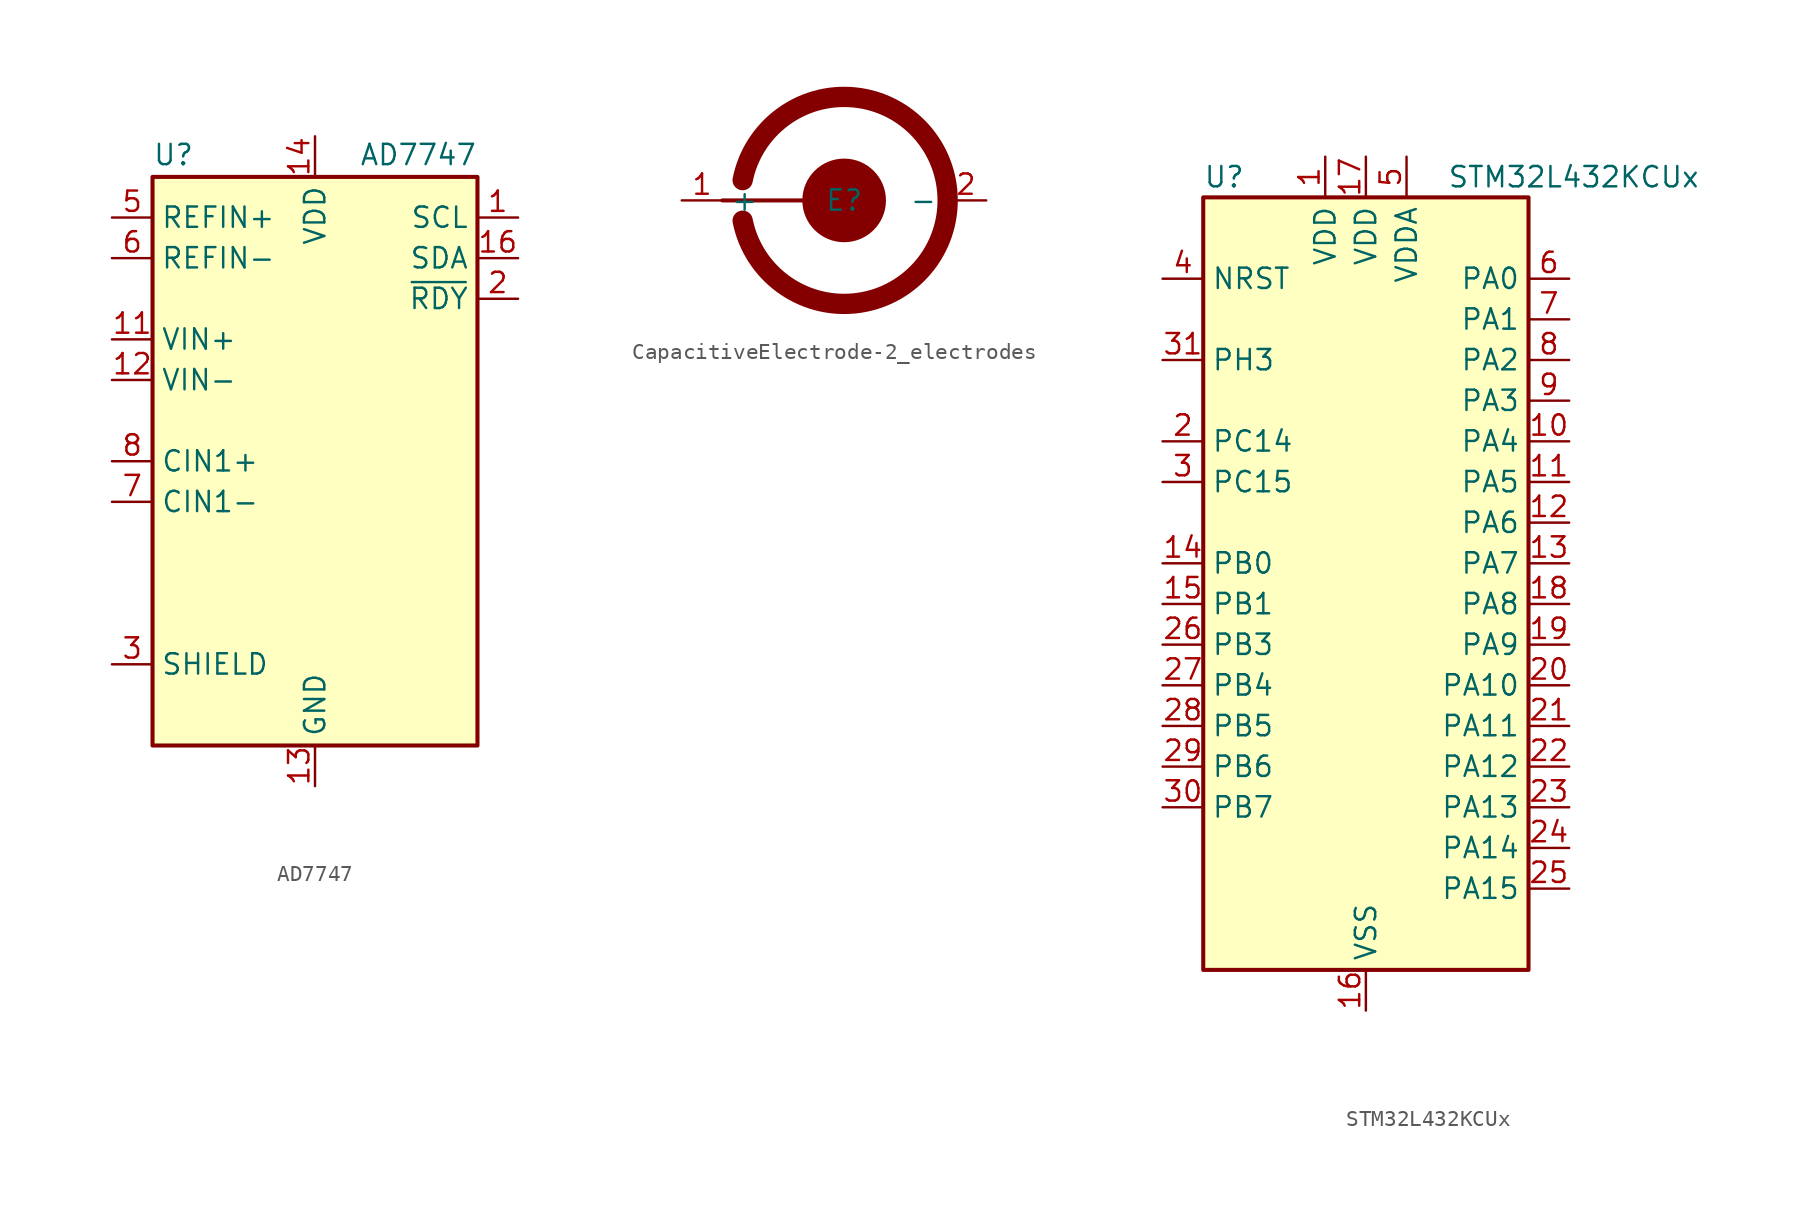
<source format=kicad_sym>
(kicad_symbol_lib
  (version 20241209)
  (generator "kicad_symbol_editor")
  (generator_version "9.0")
  (symbol "AD7747"
    (property "Reference" "U"
      (at -10.16 18.415 0)
      (effects (font (size 1.27 1.27)) (justify left bottom)))
    (property "Value" "AD7747"
      (at 10.16 18.415 0)
      (effects (font (size 1.27 1.27)) (justify right bottom)))
    (symbol "AD7747_0_1"
      (rectangle (start -10.16 17.78) (end 10.16 -17.78) (stroke (width 0.254) (type default)) (fill (type background))))
    (symbol "AD7747_1_0"
      (pin no_connect line (at 10.16 -5.08 180) (length 2.54) (hide yes) (name "NC" (effects (font (size 1.27 1.27)))) (number "4" (effects (font (size 1.27 1.27))))))
    (symbol "AD7747_1_1"
      (pin input line (at -12.7 15.24 0) (length 2.54) (name "REFIN+" (effects (font (size 1.27 1.27)))) (number "5" (effects (font (size 1.27 1.27)))))
      (pin input line (at -12.7 12.7 0) (length 2.54) (name "REFIN-" (effects (font (size 1.27 1.27)))) (number "6" (effects (font (size 1.27 1.27)))))
      (pin input line (at -12.7 7.62 0) (length 2.54) (name "VIN+" (effects (font (size 1.27 1.27)))) (number "11" (effects (font (size 1.27 1.27)))))
      (pin input line (at -12.7 5.08 0) (length 2.54) (name "VIN-" (effects (font (size 1.27 1.27)))) (number "12" (effects (font (size 1.27 1.27)))))
      (pin passive line (at -12.7 0 0) (length 2.54) (name "CIN1+" (effects (font (size 1.27 1.27)))) (number "8" (effects (font (size 1.27 1.27)))))
      (pin passive line (at -12.7 -2.54 0) (length 2.54) (name "CIN1-" (effects (font (size 1.27 1.27)))) (number "7" (effects (font (size 1.27 1.27)))))
      (pin output line (at -12.7 -12.7 0) (length 2.54) (name "SHIELD" (effects (font (size 1.27 1.27)))) (number "3" (effects (font (size 1.27 1.27)))))
      (pin no_connect line (at -10.16 -5.08 0) (length 2.54) (hide yes) (name "NC" (effects (font (size 1.27 1.27)))) (number "9" (effects (font (size 1.27 1.27)))))
      (pin no_connect line (at -10.16 -7.62 0) (length 2.54) (hide yes) (name "NC" (effects (font (size 1.27 1.27)))) (number "10" (effects (font (size 1.27 1.27)))))
      (pin power_in line (at 0 20.32 270) (length 2.54) (name "VDD" (effects (font (size 1.27 1.27)))) (number "14" (effects (font (size 1.27 1.27)))))
      (pin power_in line (at 0 -20.32 90) (length 2.54) (name "GND" (effects (font (size 1.27 1.27)))) (number "13" (effects (font (size 1.27 1.27)))))
      (pin no_connect line (at 10.16 -15.24 180) (length 2.54) (hide yes) (name "NC" (effects (font (size 1.27 1.27)))) (number "15" (effects (font (size 1.27 1.27)))))
      (pin input line (at 12.7 15.24 180) (length 2.54) (name "SCL" (effects (font (size 1.27 1.27)))) (number "1" (effects (font (size 1.27 1.27)))))
      (pin bidirectional line (at 12.7 12.7 180) (length 2.54) (name "SDA" (effects (font (size 1.27 1.27)))) (number "16" (effects (font (size 1.27 1.27)))))
      (pin output line (at 12.7 10.16 180) (length 2.54) (name "~{RDY}" (effects (font (size 1.27 1.27)))) (number "2" (effects (font (size 1.27 1.27)))))))
  (symbol "CapacitiveElectrode-2_electrodes"
    (property "Reference" "E"
      (at 0 0 0)
      (effects (font (size 1.27 1.27))))
    (property "Value" ""
      (at 0 0 0)
      (effects (font (size 1.27 1.27))))
    (symbol "CapacitiveElectrode-2_electrodes_1_1"
      (polyline (pts (xy -7.62 0) (xy -2.54 0)) (stroke (width 0.254) (type solid)) (fill (type none)))
      (arc (start -6.35 1.27) (mid 6.4758 0) (end -6.35 -1.27) (stroke (width 1.27) (type solid)) (fill (type none)))
      (circle (center 0 0) (radius 2.54) (stroke (width 0) (type solid)) (fill (type outline)))
      (pin input line (at -10.16 0 0) (length 2.54) (name "+" (effects (font (size 1.27 1.27)))) (number "1" (effects (font (size 1.27 1.27)))))
      (pin input line (at 8.89 0 180) (length 2.54) (name "-" (effects (font (size 1.27 1.27)))) (number "2" (effects (font (size 1.27 1.27)))))))
  (symbol "STM32L432KCUx"
    (property "Reference" "U"
      (at -10.16 26.67 0)
      (effects (font (size 1.27 1.27)) (justify left)))
    (property "Value" "STM32L432KCUx"
      (at 5.08 26.67 0)
      (effects (font (size 1.27 1.27)) (justify left)))
    (symbol "STM32L432KCUx_0_1"
      (rectangle (start -10.16 -22.86) (end 10.16 25.4) (stroke (width 0.254) (type default)) (fill (type background))))
    (symbol "STM32L432KCUx_1_1"
      (pin input line (at -12.7 20.32 0) (length 2.54) (name "NRST" (effects (font (size 1.27 1.27)))) (number "4" (effects (font (size 1.27 1.27)))))
      (pin bidirectional line (at -12.7 15.24 0) (length 2.54) (name "PH3" (effects (font (size 1.27 1.27)))) (number "31" (effects (font (size 1.27 1.27)))))
      (pin bidirectional line (at -12.7 10.16 0) (length 2.54) (name "PC14" (effects (font (size 1.27 1.27)))) (number "2" (effects (font (size 1.27 1.27)))) (alternate "RCC_OSC32_IN" bidirectional line))
      (pin bidirectional line (at -12.7 7.62 0) (length 2.54) (name "PC15" (effects (font (size 1.27 1.27)))) (number "3" (effects (font (size 1.27 1.27)))) (alternate "ADC1_EXTI15" bidirectional line) (alternate "RCC_OSC32_OUT" bidirectional line))
      (pin bidirectional line (at -12.7 2.54 0) (length 2.54) (name "PB0" (effects (font (size 1.27 1.27)))) (number "14" (effects (font (size 1.27 1.27)))) (alternate "ADC1_IN15" bidirectional line) (alternate "COMP1_OUT" bidirectional line) (alternate "QUADSPI_BK1_IO1" bidirectional line) (alternate "SAI1_EXTCLK" bidirectional line) (alternate "SPI1_NSS" bidirectional line) (alternate "TIM1_CH2N" bidirectional line))
      (pin bidirectional line (at -12.7 0 0) (length 2.54) (name "PB1" (effects (font (size 1.27 1.27)))) (number "15" (effects (font (size 1.27 1.27)))) (alternate "ADC1_IN16" bidirectional line) (alternate "COMP1_INM" bidirectional line) (alternate "LPTIM2_IN1" bidirectional line) (alternate "LPUART1_DE" bidirectional line) (alternate "LPUART1_RTS" bidirectional line) (alternate "QUADSPI_BK1_IO0" bidirectional line) (alternate "TIM1_CH3N" bidirectional line))
      (pin bidirectional line (at -12.7 -2.54 0) (length 2.54) (name "PB3" (effects (font (size 1.27 1.27)))) (number "26" (effects (font (size 1.27 1.27)))) (alternate "COMP2_INM" bidirectional line) (alternate "SAI1_SCK_B" bidirectional line) (alternate "SPI1_SCK" bidirectional line) (alternate "SPI3_SCK" bidirectional line) (alternate "SYS_JTDO-SWO" bidirectional line) (alternate "TIM2_CH2" bidirectional line) (alternate "USART1_DE" bidirectional line) (alternate "USART1_RTS" bidirectional line))
      (pin bidirectional line (at -12.7 -5.08 0) (length 2.54) (name "PB4" (effects (font (size 1.27 1.27)))) (number "27" (effects (font (size 1.27 1.27)))) (alternate "COMP2_INP" bidirectional line) (alternate "I2C3_SDA" bidirectional line) (alternate "SAI1_MCLK_B" bidirectional line) (alternate "SPI1_MISO" bidirectional line) (alternate "SPI3_MISO" bidirectional line) (alternate "SYS_JTRST" bidirectional line) (alternate "TSC_G2_IO1" bidirectional line) (alternate "USART1_CTS" bidirectional line))
      (pin bidirectional line (at -12.7 -7.62 0) (length 2.54) (name "PB5" (effects (font (size 1.27 1.27)))) (number "28" (effects (font (size 1.27 1.27)))) (alternate "COMP2_OUT" bidirectional line) (alternate "I2C1_SMBA" bidirectional line) (alternate "LPTIM1_IN1" bidirectional line) (alternate "SAI1_SD_B" bidirectional line) (alternate "SPI1_MOSI" bidirectional line) (alternate "SPI3_MOSI" bidirectional line) (alternate "TIM16_BKIN" bidirectional line) (alternate "TSC_G2_IO2" bidirectional line) (alternate "USART1_CK" bidirectional line))
      (pin bidirectional line (at -12.7 -10.16 0) (length 2.54) (name "PB6" (effects (font (size 1.27 1.27)))) (number "29" (effects (font (size 1.27 1.27)))) (alternate "COMP2_INP" bidirectional line) (alternate "I2C1_SCL" bidirectional line) (alternate "LPTIM1_ETR" bidirectional line) (alternate "SAI1_FS_B" bidirectional line) (alternate "TIM16_CH1N" bidirectional line) (alternate "TSC_G2_IO3" bidirectional line) (alternate "USART1_TX" bidirectional line))
      (pin bidirectional line (at -12.7 -12.7 0) (length 2.54) (name "PB7" (effects (font (size 1.27 1.27)))) (number "30" (effects (font (size 1.27 1.27)))) (alternate "COMP2_INM" bidirectional line) (alternate "I2C1_SDA" bidirectional line) (alternate "LPTIM1_IN2" bidirectional line) (alternate "SYS_PVD_IN" bidirectional line) (alternate "TSC_G2_IO4" bidirectional line) (alternate "USART1_RX" bidirectional line))
      (pin power_in line (at -2.54 27.94 270) (length 2.54) (name "VDD" (effects (font (size 1.27 1.27)))) (number "1" (effects (font (size 1.27 1.27)))))
      (pin power_in line (at 0 27.94 270) (length 2.54) (name "VDD" (effects (font (size 1.27 1.27)))) (number "17" (effects (font (size 1.27 1.27)))))
      (pin power_in line (at 0 -25.4 90) (length 2.54) (name "VSS" (effects (font (size 1.27 1.27)))) (number "16" (effects (font (size 1.27 1.27)))))
      (pin passive line (at 0 -25.4 90) (length 2.54) (hide yes) (name "VSS" (effects (font (size 1.27 1.27)))) (number "32" (effects (font (size 1.27 1.27)))))
      (pin passive line (at 0 -25.4 90) (length 2.54) (hide yes) (name "VSS" (effects (font (size 1.27 1.27)))) (number "33" (effects (font (size 1.27 1.27)))))
      (pin power_in line (at 2.54 27.94 270) (length 2.54) (name "VDDA" (effects (font (size 1.27 1.27)))) (number "5" (effects (font (size 1.27 1.27)))))
      (pin bidirectional line (at 12.7 20.32 180) (length 2.54) (name "PA0" (effects (font (size 1.27 1.27)))) (number "6" (effects (font (size 1.27 1.27)))) (alternate "ADC1_IN5" bidirectional line) (alternate "COMP1_INM" bidirectional line) (alternate "COMP1_OUT" bidirectional line) (alternate "OPAMP1_VINP" bidirectional line) (alternate "RCC_CK_IN" bidirectional line) (alternate "RTC_TAMP2" bidirectional line) (alternate "SAI1_EXTCLK" bidirectional line) (alternate "SYS_WKUP1" bidirectional line) (alternate "TIM2_CH1" bidirectional line) (alternate "TIM2_ETR" bidirectional line) (alternate "USART2_CTS" bidirectional line))
      (pin bidirectional line (at 12.7 17.78 180) (length 2.54) (name "PA1" (effects (font (size 1.27 1.27)))) (number "7" (effects (font (size 1.27 1.27)))) (alternate "ADC1_IN6" bidirectional line) (alternate "COMP1_INP" bidirectional line) (alternate "I2C1_SMBA" bidirectional line) (alternate "OPAMP1_VINM" bidirectional line) (alternate "SPI1_SCK" bidirectional line) (alternate "TIM15_CH1N" bidirectional line) (alternate "TIM2_CH2" bidirectional line) (alternate "USART2_DE" bidirectional line) (alternate "USART2_RTS" bidirectional line))
      (pin bidirectional line (at 12.7 15.24 180) (length 2.54) (name "PA2" (effects (font (size 1.27 1.27)))) (number "8" (effects (font (size 1.27 1.27)))) (alternate "ADC1_IN7" bidirectional line) (alternate "COMP2_INM" bidirectional line) (alternate "COMP2_OUT" bidirectional line) (alternate "LPUART1_TX" bidirectional line) (alternate "QUADSPI_BK1_NCS" bidirectional line) (alternate "RCC_LSCO" bidirectional line) (alternate "SYS_WKUP4" bidirectional line) (alternate "TIM15_CH1" bidirectional line) (alternate "TIM2_CH3" bidirectional line) (alternate "USART2_TX" bidirectional line))
      (pin bidirectional line (at 12.7 12.7 180) (length 2.54) (name "PA3" (effects (font (size 1.27 1.27)))) (number "9" (effects (font (size 1.27 1.27)))) (alternate "ADC1_IN8" bidirectional line) (alternate "COMP2_INP" bidirectional line) (alternate "LPUART1_RX" bidirectional line) (alternate "OPAMP1_VOUT" bidirectional line) (alternate "QUADSPI_CLK" bidirectional line) (alternate "SAI1_MCLK_A" bidirectional line) (alternate "TIM15_CH2" bidirectional line) (alternate "TIM2_CH4" bidirectional line) (alternate "USART2_RX" bidirectional line))
      (pin bidirectional line (at 12.7 10.16 180) (length 2.54) (name "PA4" (effects (font (size 1.27 1.27)))) (number "10" (effects (font (size 1.27 1.27)))) (alternate "ADC1_IN9" bidirectional line) (alternate "COMP1_INM" bidirectional line) (alternate "COMP2_INM" bidirectional line) (alternate "DAC1_OUT1" bidirectional line) (alternate "LPTIM2_OUT" bidirectional line) (alternate "SAI1_FS_B" bidirectional line) (alternate "SPI1_NSS" bidirectional line) (alternate "SPI3_NSS" bidirectional line) (alternate "USART2_CK" bidirectional line))
      (pin bidirectional line (at 12.7 7.62 180) (length 2.54) (name "PA5" (effects (font (size 1.27 1.27)))) (number "11" (effects (font (size 1.27 1.27)))) (alternate "ADC1_IN10" bidirectional line) (alternate "COMP1_INM" bidirectional line) (alternate "COMP2_INM" bidirectional line) (alternate "DAC1_OUT2" bidirectional line) (alternate "LPTIM2_ETR" bidirectional line) (alternate "SPI1_SCK" bidirectional line) (alternate "TIM2_CH1" bidirectional line) (alternate "TIM2_ETR" bidirectional line))
      (pin bidirectional line (at 12.7 5.08 180) (length 2.54) (name "PA6" (effects (font (size 1.27 1.27)))) (number "12" (effects (font (size 1.27 1.27)))) (alternate "ADC1_IN11" bidirectional line) (alternate "COMP1_OUT" bidirectional line) (alternate "LPUART1_CTS" bidirectional line) (alternate "QUADSPI_BK1_IO3" bidirectional line) (alternate "SPI1_MISO" bidirectional line) (alternate "TIM16_CH1" bidirectional line) (alternate "TIM1_BKIN" bidirectional line) (alternate "TIM1_BKIN_COMP2" bidirectional line))
      (pin bidirectional line (at 12.7 2.54 180) (length 2.54) (name "PA7" (effects (font (size 1.27 1.27)))) (number "13" (effects (font (size 1.27 1.27)))) (alternate "ADC1_IN12" bidirectional line) (alternate "COMP2_OUT" bidirectional line) (alternate "I2C3_SCL" bidirectional line) (alternate "QUADSPI_BK1_IO2" bidirectional line) (alternate "SPI1_MOSI" bidirectional line) (alternate "TIM1_CH1N" bidirectional line))
      (pin bidirectional line (at 12.7 0 180) (length 2.54) (name "PA8" (effects (font (size 1.27 1.27)))) (number "18" (effects (font (size 1.27 1.27)))) (alternate "LPTIM2_OUT" bidirectional line) (alternate "RCC_MCO" bidirectional line) (alternate "SAI1_SCK_A" bidirectional line) (alternate "SWPMI1_IO" bidirectional line) (alternate "TIM1_CH1" bidirectional line) (alternate "USART1_CK" bidirectional line))
      (pin bidirectional line (at 12.7 -2.54 180) (length 2.54) (name "PA9" (effects (font (size 1.27 1.27)))) (number "19" (effects (font (size 1.27 1.27)))) (alternate "DAC1_EXTI9" bidirectional line) (alternate "I2C1_SCL" bidirectional line) (alternate "SAI1_FS_A" bidirectional line) (alternate "TIM15_BKIN" bidirectional line) (alternate "TIM1_CH2" bidirectional line) (alternate "USART1_TX" bidirectional line))
      (pin bidirectional line (at 12.7 -5.08 180) (length 2.54) (name "PA10" (effects (font (size 1.27 1.27)))) (number "20" (effects (font (size 1.27 1.27)))) (alternate "CRS_SYNC" bidirectional line) (alternate "I2C1_SDA" bidirectional line) (alternate "SAI1_SD_A" bidirectional line) (alternate "TIM1_CH3" bidirectional line) (alternate "USART1_RX" bidirectional line))
      (pin bidirectional line (at 12.7 -7.62 180) (length 2.54) (name "PA11" (effects (font (size 1.27 1.27)))) (number "21" (effects (font (size 1.27 1.27)))) (alternate "ADC1_EXTI11" bidirectional line) (alternate "CAN1_RX" bidirectional line) (alternate "COMP1_OUT" bidirectional line) (alternate "SPI1_MISO" bidirectional line) (alternate "TIM1_BKIN2" bidirectional line) (alternate "TIM1_BKIN2_COMP1" bidirectional line) (alternate "TIM1_CH4" bidirectional line) (alternate "USART1_CTS" bidirectional line) (alternate "USB_DM" bidirectional line))
      (pin bidirectional line (at 12.7 -10.16 180) (length 2.54) (name "PA12" (effects (font (size 1.27 1.27)))) (number "22" (effects (font (size 1.27 1.27)))) (alternate "CAN1_TX" bidirectional line) (alternate "SPI1_MOSI" bidirectional line) (alternate "TIM1_ETR" bidirectional line) (alternate "USART1_DE" bidirectional line) (alternate "USART1_RTS" bidirectional line) (alternate "USB_DP" bidirectional line))
      (pin bidirectional line (at 12.7 -12.7 180) (length 2.54) (name "PA13" (effects (font (size 1.27 1.27)))) (number "23" (effects (font (size 1.27 1.27)))) (alternate "IR_OUT" bidirectional line) (alternate "SAI1_SD_B" bidirectional line) (alternate "SWPMI1_TX" bidirectional line) (alternate "SYS_JTMS-SWDIO" bidirectional line) (alternate "USB_NOE" bidirectional line))
      (pin bidirectional line (at 12.7 -15.24 180) (length 2.54) (name "PA14" (effects (font (size 1.27 1.27)))) (number "24" (effects (font (size 1.27 1.27)))) (alternate "I2C1_SMBA" bidirectional line) (alternate "LPTIM1_OUT" bidirectional line) (alternate "SAI1_FS_B" bidirectional line) (alternate "SWPMI1_RX" bidirectional line) (alternate "SYS_JTCK-SWCLK" bidirectional line))
      (pin bidirectional line (at 12.7 -17.78 180) (length 2.54) (name "PA15" (effects (font (size 1.27 1.27)))) (number "25" (effects (font (size 1.27 1.27)))) (alternate "ADC1_EXTI15" bidirectional line) (alternate "SPI1_NSS" bidirectional line) (alternate "SPI3_NSS" bidirectional line) (alternate "SWPMI1_SUSPEND" bidirectional line) (alternate "SYS_JTDI" bidirectional line) (alternate "TIM2_CH1" bidirectional line) (alternate "TIM2_ETR" bidirectional line) (alternate "USART2_RX" bidirectional line)))))
</source>
